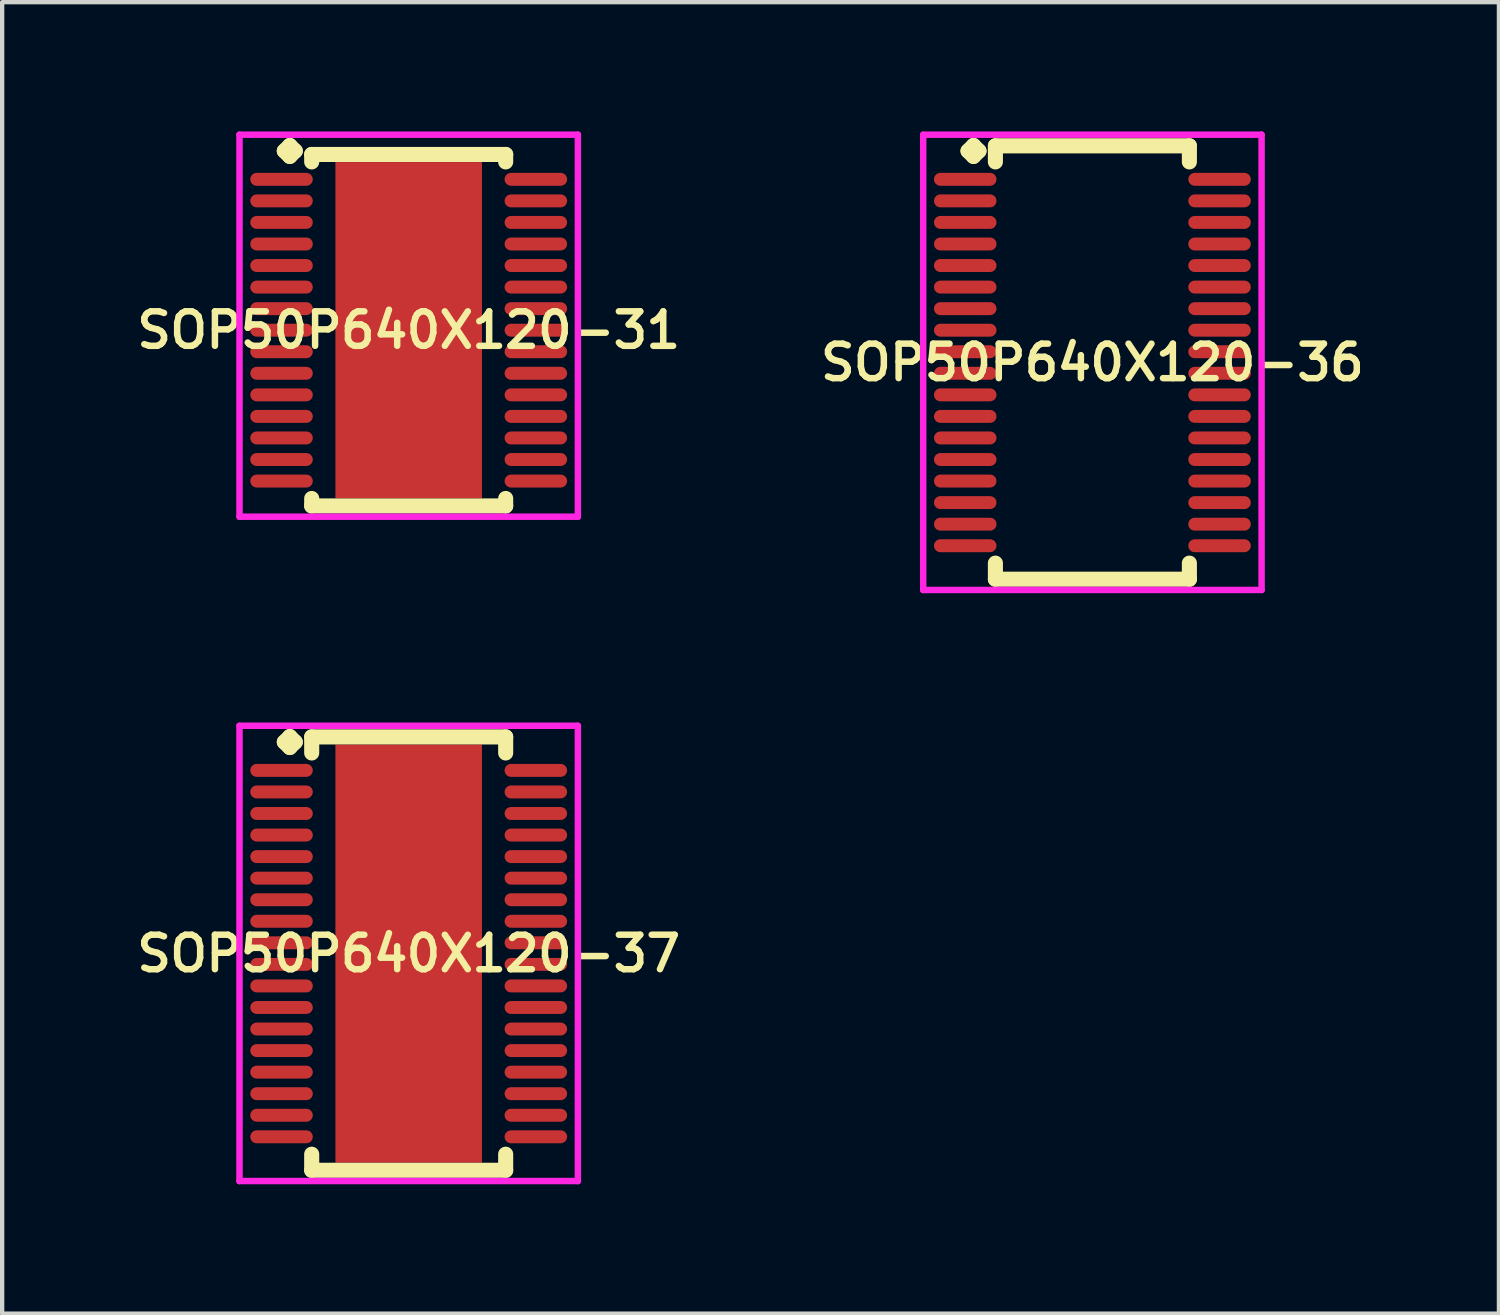
<source format=kicad_pcb>
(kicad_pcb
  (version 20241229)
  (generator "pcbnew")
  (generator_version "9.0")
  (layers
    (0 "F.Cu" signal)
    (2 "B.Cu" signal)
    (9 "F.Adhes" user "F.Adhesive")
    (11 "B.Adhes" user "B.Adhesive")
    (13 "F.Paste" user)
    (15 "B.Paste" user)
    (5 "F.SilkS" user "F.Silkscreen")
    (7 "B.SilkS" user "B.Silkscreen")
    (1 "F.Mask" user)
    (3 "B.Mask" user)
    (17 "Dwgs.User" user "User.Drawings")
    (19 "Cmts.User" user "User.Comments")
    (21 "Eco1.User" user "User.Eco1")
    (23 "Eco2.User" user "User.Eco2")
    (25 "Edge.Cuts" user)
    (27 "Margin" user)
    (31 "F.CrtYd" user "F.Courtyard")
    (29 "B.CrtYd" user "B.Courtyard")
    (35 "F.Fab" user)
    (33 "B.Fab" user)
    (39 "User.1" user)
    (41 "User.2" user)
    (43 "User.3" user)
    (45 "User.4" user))
  (footprint "SOP50P640X120-37"
    (layer "F.Cu")
    (at 6.431 19.072)
    (property "Reference" "SOP50P640X120-37" (at 0 0 0) (layer "F.SilkS") (effects (font (size 0.8 0.8) (thickness 0.15))))
    (attr smd)
    (fp_line (start -2.885 -4.908) (end -2.758 -5.035) (stroke (width 0.35) (type solid)) (layer "F.SilkS"))
    (fp_line (start -2.758 -5.035) (end -2.631 -4.908) (stroke (width 0.35) (type solid)) (layer "F.SilkS"))
    (fp_line (start -2.758 -4.781) (end -2.885 -4.908) (stroke (width 0.35) (type solid)) (layer "F.SilkS"))
    (fp_line (start -2.631 -4.908) (end -2.758 -4.781) (stroke (width 0.35) (type solid)) (layer "F.SilkS"))
    (fp_line (start -2.25 -5.027) (end 2.25 -5.027) (stroke (width 0.35) (type solid)) (layer "F.SilkS"))
    (fp_line (start -2.25 -4.654) (end -2.25 -5.027) (stroke (width 0.35) (type solid)) (layer "F.SilkS"))
    (fp_line (start -2.25 4.654) (end -2.25 5.027) (stroke (width 0.35) (type solid)) (layer "F.SilkS"))
    (fp_line (start -2.25 5.027) (end 2.25 5.027) (stroke (width 0.35) (type solid)) (layer "F.SilkS"))
    (fp_line (start 2.25 -5.027) (end 2.25 -4.654) (stroke (width 0.35) (type solid)) (layer "F.SilkS"))
    (fp_line (start 2.25 5.027) (end 2.25 4.654) (stroke (width 0.35) (type solid)) (layer "F.SilkS"))
    (fp_line (start -3.925 -5.285) (end 3.925 -5.285) (stroke (width 0.15) (type solid)) (layer "F.CrtYd"))
    (fp_line (start -3.925 5.277) (end -3.925 -5.285) (stroke (width 0.15) (type solid)) (layer "F.CrtYd"))
    (fp_line (start 3.925 -5.285) (end 3.925 5.277) (stroke (width 0.15) (type solid)) (layer "F.CrtYd"))
    (fp_line (start 3.925 5.277) (end -3.925 5.277) (stroke (width 0.15) (type solid)) (layer "F.CrtYd"))
    (pad "1" smd oval (at -2.95 -4.25) (size 1.45 0.3) (layers "F.Cu" "F.Mask" "F.Paste"))
    (pad "2" smd oval (at -2.95 -3.75) (size 1.45 0.3) (layers "F.Cu" "F.Mask" "F.Paste"))
    (pad "3" smd oval (at -2.95 -3.25) (size 1.45 0.3) (layers "F.Cu" "F.Mask" "F.Paste"))
    (pad "4" smd oval (at -2.95 -2.75) (size 1.45 0.3) (layers "F.Cu" "F.Mask" "F.Paste"))
    (pad "5" smd oval (at -2.95 -2.25) (size 1.45 0.3) (layers "F.Cu" "F.Mask" "F.Paste"))
    (pad "6" smd oval (at -2.95 -1.75) (size 1.45 0.3) (layers "F.Cu" "F.Mask" "F.Paste"))
    (pad "7" smd oval (at -2.95 -1.25) (size 1.45 0.3) (layers "F.Cu" "F.Mask" "F.Paste"))
    (pad "8" smd oval (at -2.95 -0.75) (size 1.45 0.3) (layers "F.Cu" "F.Mask" "F.Paste"))
    (pad "9" smd oval (at -2.95 -0.25) (size 1.45 0.3) (layers "F.Cu" "F.Mask" "F.Paste"))
    (pad "10" smd oval (at -2.95 0.25) (size 1.45 0.3) (layers "F.Cu" "F.Mask" "F.Paste"))
    (pad "11" smd oval (at -2.95 0.75) (size 1.45 0.3) (layers "F.Cu" "F.Mask" "F.Paste"))
    (pad "12" smd oval (at -2.95 1.25) (size 1.45 0.3) (layers "F.Cu" "F.Mask" "F.Paste"))
    (pad "13" smd oval (at -2.95 1.75) (size 1.45 0.3) (layers "F.Cu" "F.Mask" "F.Paste"))
    (pad "14" smd oval (at -2.95 2.25) (size 1.45 0.3) (layers "F.Cu" "F.Mask" "F.Paste"))
    (pad "15" smd oval (at -2.95 2.75) (size 1.45 0.3) (layers "F.Cu" "F.Mask" "F.Paste"))
    (pad "16" smd oval (at -2.95 3.25) (size 1.45 0.3) (layers "F.Cu" "F.Mask" "F.Paste"))
    (pad "17" smd oval (at -2.95 3.75) (size 1.45 0.3) (layers "F.Cu" "F.Mask" "F.Paste"))
    (pad "18" smd oval (at -2.95 4.25) (size 1.45 0.3) (layers "F.Cu" "F.Mask" "F.Paste"))
    (pad "19" smd oval (at 2.95 4.25) (size 1.45 0.3) (layers "F.Cu" "F.Mask" "F.Paste"))
    (pad "20" smd oval (at 2.95 3.75) (size 1.45 0.3) (layers "F.Cu" "F.Mask" "F.Paste"))
    (pad "21" smd oval (at 2.95 3.25) (size 1.45 0.3) (layers "F.Cu" "F.Mask" "F.Paste"))
    (pad "22" smd oval (at 2.95 2.75) (size 1.45 0.3) (layers "F.Cu" "F.Mask" "F.Paste"))
    (pad "23" smd oval (at 2.95 2.25) (size 1.45 0.3) (layers "F.Cu" "F.Mask" "F.Paste"))
    (pad "24" smd oval (at 2.95 1.75) (size 1.45 0.3) (layers "F.Cu" "F.Mask" "F.Paste"))
    (pad "25" smd oval (at 2.95 1.25) (size 1.45 0.3) (layers "F.Cu" "F.Mask" "F.Paste"))
    (pad "26" smd oval (at 2.95 0.75) (size 1.45 0.3) (layers "F.Cu" "F.Mask" "F.Paste"))
    (pad "27" smd oval (at 2.95 0.25) (size 1.45 0.3) (layers "F.Cu" "F.Mask" "F.Paste"))
    (pad "28" smd oval (at 2.95 -0.25) (size 1.45 0.3) (layers "F.Cu" "F.Mask" "F.Paste"))
    (pad "29" smd oval (at 2.95 -0.75) (size 1.45 0.3) (layers "F.Cu" "F.Mask" "F.Paste"))
    (pad "30" smd oval (at 2.95 -1.25) (size 1.45 0.3) (layers "F.Cu" "F.Mask" "F.Paste"))
    (pad "31" smd oval (at 2.95 -1.75) (size 1.45 0.3) (layers "F.Cu" "F.Mask" "F.Paste"))
    (pad "32" smd oval (at 2.95 -2.25) (size 1.45 0.3) (layers "F.Cu" "F.Mask" "F.Paste"))
    (pad "33" smd oval (at 2.95 -2.75) (size 1.45 0.3) (layers "F.Cu" "F.Mask" "F.Paste"))
    (pad "34" smd oval (at 2.95 -3.25) (size 1.45 0.3) (layers "F.Cu" "F.Mask" "F.Paste"))
    (pad "35" smd oval (at 2.95 -3.75) (size 1.45 0.3) (layers "F.Cu" "F.Mask" "F.Paste"))
    (pad "36" smd oval (at 2.95 -4.25) (size 1.45 0.3) (layers "F.Cu" "F.Mask" "F.Paste"))
    (pad "37" smd rect (at 0 0) (size 3.4 9.7) (layers "F.Cu" "F.Mask" "F.Paste")))
  (footprint "SOP50P640X120-31"
    (layer "F.Cu")
    (at 6.431 4.61)
    (property "Reference" "SOP50P640X120-31" (at 0 0 0) (layer "F.SilkS") (effects (font (size 0.8 0.8) (thickness 0.15))))
    (attr smd)
    (fp_line (start -2.885 -4.158) (end -2.758 -4.285) (stroke (width 0.35) (type solid)) (layer "F.SilkS"))
    (fp_line (start -2.758 -4.285) (end -2.631 -4.158) (stroke (width 0.35) (type solid)) (layer "F.SilkS"))
    (fp_line (start -2.758 -4.031) (end -2.885 -4.158) (stroke (width 0.35) (type solid)) (layer "F.SilkS"))
    (fp_line (start -2.631 -4.158) (end -2.758 -4.031) (stroke (width 0.35) (type solid)) (layer "F.SilkS"))
    (fp_line (start -2.25 -4.077) (end 2.25 -4.077) (stroke (width 0.35) (type solid)) (layer "F.SilkS"))
    (fp_line (start -2.25 -3.904) (end -2.25 -4.077) (stroke (width 0.35) (type solid)) (layer "F.SilkS"))
    (fp_line (start -2.25 3.904) (end -2.25 4.077) (stroke (width 0.35) (type solid)) (layer "F.SilkS"))
    (fp_line (start -2.25 4.077) (end 2.25 4.077) (stroke (width 0.35) (type solid)) (layer "F.SilkS"))
    (fp_line (start 2.25 -4.077) (end 2.25 -3.904) (stroke (width 0.35) (type solid)) (layer "F.SilkS"))
    (fp_line (start 2.25 4.077) (end 2.25 3.904) (stroke (width 0.35) (type solid)) (layer "F.SilkS"))
    (fp_line (start -3.925 -4.535) (end 3.925 -4.535) (stroke (width 0.15) (type solid)) (layer "F.CrtYd"))
    (fp_line (start -3.925 4.327) (end -3.925 -4.535) (stroke (width 0.15) (type solid)) (layer "F.CrtYd"))
    (fp_line (start 3.925 -4.535) (end 3.925 4.327) (stroke (width 0.15) (type solid)) (layer "F.CrtYd"))
    (fp_line (start 3.925 4.327) (end -3.925 4.327) (stroke (width 0.15) (type solid)) (layer "F.CrtYd"))
    (pad "1" smd oval (at -2.95 -3.5) (size 1.45 0.3) (layers "F.Cu" "F.Mask" "F.Paste"))
    (pad "2" smd oval (at -2.95 -3) (size 1.45 0.3) (layers "F.Cu" "F.Mask" "F.Paste"))
    (pad "3" smd oval (at -2.95 -2.5) (size 1.45 0.3) (layers "F.Cu" "F.Mask" "F.Paste"))
    (pad "4" smd oval (at -2.95 -2) (size 1.45 0.3) (layers "F.Cu" "F.Mask" "F.Paste"))
    (pad "5" smd oval (at -2.95 -1.5) (size 1.45 0.3) (layers "F.Cu" "F.Mask" "F.Paste"))
    (pad "6" smd oval (at -2.95 -1) (size 1.45 0.3) (layers "F.Cu" "F.Mask" "F.Paste"))
    (pad "7" smd oval (at -2.95 -0.5) (size 1.45 0.3) (layers "F.Cu" "F.Mask" "F.Paste"))
    (pad "8" smd oval (at -2.95 0) (size 1.45 0.3) (layers "F.Cu" "F.Mask" "F.Paste"))
    (pad "9" smd oval (at -2.95 0.5) (size 1.45 0.3) (layers "F.Cu" "F.Mask" "F.Paste"))
    (pad "10" smd oval (at -2.95 1) (size 1.45 0.3) (layers "F.Cu" "F.Mask" "F.Paste"))
    (pad "11" smd oval (at -2.95 1.5) (size 1.45 0.3) (layers "F.Cu" "F.Mask" "F.Paste"))
    (pad "12" smd oval (at -2.95 2) (size 1.45 0.3) (layers "F.Cu" "F.Mask" "F.Paste"))
    (pad "13" smd oval (at -2.95 2.5) (size 1.45 0.3) (layers "F.Cu" "F.Mask" "F.Paste"))
    (pad "14" smd oval (at -2.95 3) (size 1.45 0.3) (layers "F.Cu" "F.Mask" "F.Paste"))
    (pad "15" smd oval (at -2.95 3.5) (size 1.45 0.3) (layers "F.Cu" "F.Mask" "F.Paste"))
    (pad "16" smd oval (at 2.95 3.5) (size 1.45 0.3) (layers "F.Cu" "F.Mask" "F.Paste"))
    (pad "17" smd oval (at 2.95 3) (size 1.45 0.3) (layers "F.Cu" "F.Mask" "F.Paste"))
    (pad "18" smd oval (at 2.95 2.5) (size 1.45 0.3) (layers "F.Cu" "F.Mask" "F.Paste"))
    (pad "19" smd oval (at 2.95 2) (size 1.45 0.3) (layers "F.Cu" "F.Mask" "F.Paste"))
    (pad "20" smd oval (at 2.95 1.5) (size 1.45 0.3) (layers "F.Cu" "F.Mask" "F.Paste"))
    (pad "21" smd oval (at 2.95 1) (size 1.45 0.3) (layers "F.Cu" "F.Mask" "F.Paste"))
    (pad "22" smd oval (at 2.95 0.5) (size 1.45 0.3) (layers "F.Cu" "F.Mask" "F.Paste"))
    (pad "23" smd oval (at 2.95 0) (size 1.45 0.3) (layers "F.Cu" "F.Mask" "F.Paste"))
    (pad "24" smd oval (at 2.95 -0.5) (size 1.45 0.3) (layers "F.Cu" "F.Mask" "F.Paste"))
    (pad "25" smd oval (at 2.95 -1) (size 1.45 0.3) (layers "F.Cu" "F.Mask" "F.Paste"))
    (pad "26" smd oval (at 2.95 -1.5) (size 1.45 0.3) (layers "F.Cu" "F.Mask" "F.Paste"))
    (pad "27" smd oval (at 2.95 -2) (size 1.45 0.3) (layers "F.Cu" "F.Mask" "F.Paste"))
    (pad "28" smd oval (at 2.95 -2.5) (size 1.45 0.3) (layers "F.Cu" "F.Mask" "F.Paste"))
    (pad "29" smd oval (at 2.95 -3) (size 1.45 0.3) (layers "F.Cu" "F.Mask" "F.Paste"))
    (pad "30" smd oval (at 2.95 -3.5) (size 1.45 0.3) (layers "F.Cu" "F.Mask" "F.Paste"))
    (pad "31" smd rect (at 0 0) (size 3.4 7.8) (layers "F.Cu" "F.Mask" "F.Paste")))
  (footprint "SOP50P640X120-36"
    (layer "F.Cu")
    (at 22.292 5.36)
    (property "Reference" "SOP50P640X120-36" (at 0 0 0) (layer "F.SilkS") (effects (font (size 0.8 0.8) (thickness 0.15))))
    (attr smd)
    (fp_line (start -2.885 -4.908) (end -2.758 -5.035) (stroke (width 0.35) (type solid)) (layer "F.SilkS"))
    (fp_line (start -2.758 -5.035) (end -2.631 -4.908) (stroke (width 0.35) (type solid)) (layer "F.SilkS"))
    (fp_line (start -2.758 -4.781) (end -2.885 -4.908) (stroke (width 0.35) (type solid)) (layer "F.SilkS"))
    (fp_line (start -2.631 -4.908) (end -2.758 -4.781) (stroke (width 0.35) (type solid)) (layer "F.SilkS"))
    (fp_line (start -2.25 -5.027) (end 2.25 -5.027) (stroke (width 0.35) (type solid)) (layer "F.SilkS"))
    (fp_line (start -2.25 -4.654) (end -2.25 -5.027) (stroke (width 0.35) (type solid)) (layer "F.SilkS"))
    (fp_line (start -2.25 4.654) (end -2.25 5.027) (stroke (width 0.35) (type solid)) (layer "F.SilkS"))
    (fp_line (start -2.25 5.027) (end 2.25 5.027) (stroke (width 0.35) (type solid)) (layer "F.SilkS"))
    (fp_line (start 2.25 -5.027) (end 2.25 -4.654) (stroke (width 0.35) (type solid)) (layer "F.SilkS"))
    (fp_line (start 2.25 5.027) (end 2.25 4.654) (stroke (width 0.35) (type solid)) (layer "F.SilkS"))
    (fp_line (start -3.925 -5.285) (end 3.925 -5.285) (stroke (width 0.15) (type solid)) (layer "F.CrtYd"))
    (fp_line (start -3.925 5.277) (end -3.925 -5.285) (stroke (width 0.15) (type solid)) (layer "F.CrtYd"))
    (fp_line (start 3.925 -5.285) (end 3.925 5.277) (stroke (width 0.15) (type solid)) (layer "F.CrtYd"))
    (fp_line (start 3.925 5.277) (end -3.925 5.277) (stroke (width 0.15) (type solid)) (layer "F.CrtYd"))
    (pad "1" smd oval (at -2.95 -4.25) (size 1.45 0.3) (layers "F.Cu" "F.Mask" "F.Paste"))
    (pad "2" smd oval (at -2.95 -3.75) (size 1.45 0.3) (layers "F.Cu" "F.Mask" "F.Paste"))
    (pad "3" smd oval (at -2.95 -3.25) (size 1.45 0.3) (layers "F.Cu" "F.Mask" "F.Paste"))
    (pad "4" smd oval (at -2.95 -2.75) (size 1.45 0.3) (layers "F.Cu" "F.Mask" "F.Paste"))
    (pad "5" smd oval (at -2.95 -2.25) (size 1.45 0.3) (layers "F.Cu" "F.Mask" "F.Paste"))
    (pad "6" smd oval (at -2.95 -1.75) (size 1.45 0.3) (layers "F.Cu" "F.Mask" "F.Paste"))
    (pad "7" smd oval (at -2.95 -1.25) (size 1.45 0.3) (layers "F.Cu" "F.Mask" "F.Paste"))
    (pad "8" smd oval (at -2.95 -0.75) (size 1.45 0.3) (layers "F.Cu" "F.Mask" "F.Paste"))
    (pad "9" smd oval (at -2.95 -0.25) (size 1.45 0.3) (layers "F.Cu" "F.Mask" "F.Paste"))
    (pad "10" smd oval (at -2.95 0.25) (size 1.45 0.3) (layers "F.Cu" "F.Mask" "F.Paste"))
    (pad "11" smd oval (at -2.95 0.75) (size 1.45 0.3) (layers "F.Cu" "F.Mask" "F.Paste"))
    (pad "12" smd oval (at -2.95 1.25) (size 1.45 0.3) (layers "F.Cu" "F.Mask" "F.Paste"))
    (pad "13" smd oval (at -2.95 1.75) (size 1.45 0.3) (layers "F.Cu" "F.Mask" "F.Paste"))
    (pad "14" smd oval (at -2.95 2.25) (size 1.45 0.3) (layers "F.Cu" "F.Mask" "F.Paste"))
    (pad "15" smd oval (at -2.95 2.75) (size 1.45 0.3) (layers "F.Cu" "F.Mask" "F.Paste"))
    (pad "16" smd oval (at -2.95 3.25) (size 1.45 0.3) (layers "F.Cu" "F.Mask" "F.Paste"))
    (pad "17" smd oval (at -2.95 3.75) (size 1.45 0.3) (layers "F.Cu" "F.Mask" "F.Paste"))
    (pad "18" smd oval (at -2.95 4.25) (size 1.45 0.3) (layers "F.Cu" "F.Mask" "F.Paste"))
    (pad "19" smd oval (at 2.95 4.25) (size 1.45 0.3) (layers "F.Cu" "F.Mask" "F.Paste"))
    (pad "20" smd oval (at 2.95 3.75) (size 1.45 0.3) (layers "F.Cu" "F.Mask" "F.Paste"))
    (pad "21" smd oval (at 2.95 3.25) (size 1.45 0.3) (layers "F.Cu" "F.Mask" "F.Paste"))
    (pad "22" smd oval (at 2.95 2.75) (size 1.45 0.3) (layers "F.Cu" "F.Mask" "F.Paste"))
    (pad "23" smd oval (at 2.95 2.25) (size 1.45 0.3) (layers "F.Cu" "F.Mask" "F.Paste"))
    (pad "24" smd oval (at 2.95 1.75) (size 1.45 0.3) (layers "F.Cu" "F.Mask" "F.Paste"))
    (pad "25" smd oval (at 2.95 1.25) (size 1.45 0.3) (layers "F.Cu" "F.Mask" "F.Paste"))
    (pad "26" smd oval (at 2.95 0.75) (size 1.45 0.3) (layers "F.Cu" "F.Mask" "F.Paste"))
    (pad "27" smd oval (at 2.95 0.25) (size 1.45 0.3) (layers "F.Cu" "F.Mask" "F.Paste"))
    (pad "28" smd oval (at 2.95 -0.25) (size 1.45 0.3) (layers "F.Cu" "F.Mask" "F.Paste"))
    (pad "29" smd oval (at 2.95 -0.75) (size 1.45 0.3) (layers "F.Cu" "F.Mask" "F.Paste"))
    (pad "30" smd oval (at 2.95 -1.25) (size 1.45 0.3) (layers "F.Cu" "F.Mask" "F.Paste"))
    (pad "31" smd oval (at 2.95 -1.75) (size 1.45 0.3) (layers "F.Cu" "F.Mask" "F.Paste"))
    (pad "32" smd oval (at 2.95 -2.25) (size 1.45 0.3) (layers "F.Cu" "F.Mask" "F.Paste"))
    (pad "33" smd oval (at 2.95 -2.75) (size 1.45 0.3) (layers "F.Cu" "F.Mask" "F.Paste"))
    (pad "34" smd oval (at 2.95 -3.25) (size 1.45 0.3) (layers "F.Cu" "F.Mask" "F.Paste"))
    (pad "35" smd oval (at 2.95 -3.75) (size 1.45 0.3) (layers "F.Cu" "F.Mask" "F.Paste"))
    (pad "36" smd oval (at 2.95 -4.25) (size 1.45 0.3) (layers "F.Cu" "F.Mask" "F.Paste")))
  (gr_rect
    (start -3 -3)
    (end 31.723 27.424)
    (stroke (width 0.1) (type default))
    (fill no)
    (layer "Edge.Cuts")))
</source>
